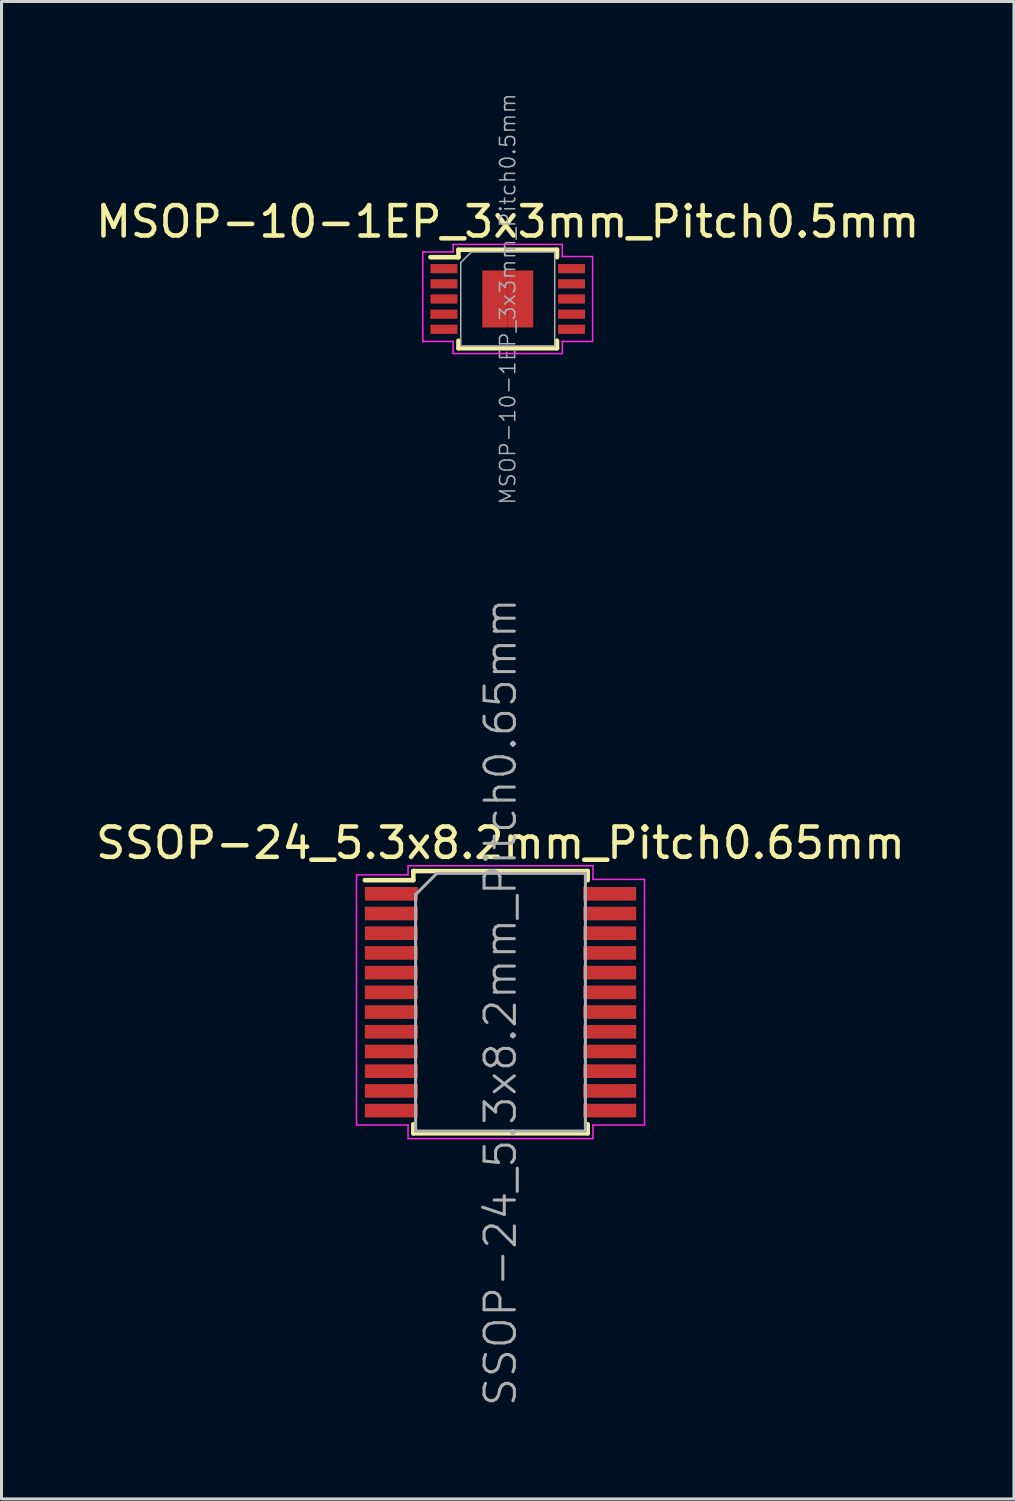
<source format=kicad_pcb>
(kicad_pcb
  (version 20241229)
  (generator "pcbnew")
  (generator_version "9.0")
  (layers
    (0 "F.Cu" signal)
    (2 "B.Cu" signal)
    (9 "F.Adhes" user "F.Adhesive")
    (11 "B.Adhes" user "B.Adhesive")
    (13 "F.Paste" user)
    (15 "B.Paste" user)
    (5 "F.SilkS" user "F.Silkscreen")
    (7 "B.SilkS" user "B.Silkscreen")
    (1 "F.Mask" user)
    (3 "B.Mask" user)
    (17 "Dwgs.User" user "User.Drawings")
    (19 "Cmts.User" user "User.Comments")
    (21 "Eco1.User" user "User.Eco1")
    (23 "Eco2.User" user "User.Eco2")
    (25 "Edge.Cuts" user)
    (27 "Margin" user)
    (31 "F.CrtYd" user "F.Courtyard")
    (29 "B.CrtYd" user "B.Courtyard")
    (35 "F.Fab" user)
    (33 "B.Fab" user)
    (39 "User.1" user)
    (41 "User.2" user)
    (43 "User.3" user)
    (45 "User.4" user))
  (footprint "MSOP-10-1EP_3x3mm_Pitch0.5mm"
    (layer "F.Cu")
    (at 13.696 6.811)
    (property "Reference" "MSOP-10-1EP_3x3mm_Pitch0.5mm" (at 0 -2.55 0) (layer "F.SilkS") (effects (font (size 1 1) (thickness 0.15))))
    (attr smd)
    (fp_line (start -1.625 -1.625) (end -1.625 -1.377) (stroke (width 0.15) (type solid)) (layer "F.SilkS"))
    (fp_line (start -1.625 -1.625) (end 1.625 -1.625) (stroke (width 0.15) (type solid)) (layer "F.SilkS"))
    (fp_line (start -1.625 -1.377) (end -2.55 -1.377) (stroke (width 0.15) (type solid)) (layer "F.SilkS"))
    (fp_line (start -1.625 1.625) (end -1.625 1.377) (stroke (width 0.15) (type solid)) (layer "F.SilkS"))
    (fp_line (start -1.625 1.625) (end 1.625 1.625) (stroke (width 0.15) (type solid)) (layer "F.SilkS"))
    (fp_line (start 1.625 -1.625) (end 1.625 -1.377) (stroke (width 0.15) (type solid)) (layer "F.SilkS"))
    (fp_line (start 1.625 1.625) (end 1.625 1.377) (stroke (width 0.15) (type solid)) (layer "F.SilkS"))
    (fp_line (start -2.8 -1.55) (end -2.8 1.4) (stroke (width 0.05) (type solid)) (layer "F.CrtYd"))
    (fp_line (start -2.8 -1.55) (end -1.8 -1.55) (stroke (width 0.05) (type solid)) (layer "F.CrtYd"))
    (fp_line (start -2.8 1.4) (end -1.8 1.4) (stroke (width 0.05) (type solid)) (layer "F.CrtYd"))
    (fp_line (start -1.8 -1.8) (end -1.8 -1.55) (stroke (width 0.05) (type solid)) (layer "F.CrtYd"))
    (fp_line (start -1.8 1.8) (end -1.8 1.4) (stroke (width 0.05) (type solid)) (layer "F.CrtYd"))
    (fp_line (start 1.8 -1.8) (end -1.8 -1.8) (stroke (width 0.05) (type solid)) (layer "F.CrtYd"))
    (fp_line (start 1.8 -1.8) (end 1.8 -1.4) (stroke (width 0.05) (type solid)) (layer "F.CrtYd"))
    (fp_line (start 1.8 1.8) (end -1.8 1.8) (stroke (width 0.05) (type solid)) (layer "F.CrtYd"))
    (fp_line (start 1.8 1.8) (end 1.8 1.4) (stroke (width 0.05) (type solid)) (layer "F.CrtYd"))
    (fp_line (start 2.8 -1.4) (end 1.8 -1.4) (stroke (width 0.05) (type solid)) (layer "F.CrtYd"))
    (fp_line (start 2.8 -1.4) (end 2.8 1.4) (stroke (width 0.05) (type solid)) (layer "F.CrtYd"))
    (fp_line (start 2.8 1.4) (end 1.8 1.4) (stroke (width 0.05) (type solid)) (layer "F.CrtYd"))
    (fp_line (start -1.55 -1.2) (end -1.2 -1.55) (stroke (width 0.05) (type solid)) (layer "F.Fab"))
    (fp_line (start -1.55 1.55) (end -1.55 -1.2) (stroke (width 0.05) (type solid)) (layer "F.Fab"))
    (fp_line (start 1.55 -1.55) (end -1.2 -1.55) (stroke (width 0.05) (type solid)) (layer "F.Fab"))
    (fp_line (start 1.55 1.55) (end -1.55 1.55) (stroke (width 0.05) (type solid)) (layer "F.Fab"))
    (fp_line (start 1.55 1.55) (end 1.55 -1.55) (stroke (width 0.05) (type solid)) (layer "F.Fab"))
    (fp_text user "${REFERENCE}" (at 0 0 90) (layer "F.Fab") (effects (font (size 0.5 0.5) (thickness 0.05))))
    (pad "1" smd rect (at -2.105 -1) (size 0.89 0.305) (layers "F.Cu" "F.Mask" "F.Paste"))
    (pad "2" smd rect (at -2.105 -0.5) (size 0.89 0.305) (layers "F.Cu" "F.Mask" "F.Paste"))
    (pad "3" smd rect (at -2.105 0) (size 0.89 0.305) (layers "F.Cu" "F.Mask" "F.Paste"))
    (pad "4" smd rect (at -2.105 0.5) (size 0.89 0.305) (layers "F.Cu" "F.Mask" "F.Paste"))
    (pad "5" smd rect (at -2.105 1) (size 0.89 0.305) (layers "F.Cu" "F.Mask" "F.Paste"))
    (pad "6" smd rect (at 2.105 1) (size 0.89 0.305) (layers "F.Cu" "F.Mask" "F.Paste"))
    (pad "7" smd rect (at 2.105 0.5) (size 0.89 0.305) (layers "F.Cu" "F.Mask" "F.Paste"))
    (pad "8" smd rect (at 2.105 0) (size 0.89 0.305) (layers "F.Cu" "F.Mask" "F.Paste"))
    (pad "9" smd rect (at 2.105 -0.5) (size 0.89 0.305) (layers "F.Cu" "F.Mask" "F.Paste"))
    (pad "10" smd rect (at 2.105 -1) (size 0.89 0.305) (layers "F.Cu" "F.Mask" "F.Paste"))
    (pad "11" smd rect (at -0.42 -0.47) (size 0.84 0.94) (layers "F.Cu" "F.Mask" "F.Paste"))
    (pad "11" smd rect (at -0.42 0.47) (size 0.84 0.94) (layers "F.Cu" "F.Mask" "F.Paste"))
    (pad "11" smd rect (at 0.42 -0.47) (size 0.84 0.94) (layers "F.Cu" "F.Mask" "F.Paste"))
    (pad "11" smd rect (at 0.42 0.47) (size 0.84 0.94) (layers "F.Cu" "F.Mask" "F.Paste")))
  (footprint "SSOP-24_5.3x8.2mm_Pitch0.65mm"
    (layer "F.Cu")
    (at 13.458 30.005)
    (property "Reference" "SSOP-24_5.3x8.2mm_Pitch0.65mm" (at 0 -5.25 0) (layer "F.SilkS") (effects (font (size 1 1) (thickness 0.15))))
    (attr smd)
    (fp_line (start -2.875 -4.325) (end -2.875 -4.025) (stroke (width 0.15) (type solid)) (layer "F.SilkS"))
    (fp_line (start -2.875 -4.325) (end 2.875 -4.325) (stroke (width 0.15) (type solid)) (layer "F.SilkS"))
    (fp_line (start -2.875 -4.025) (end -4.475 -4.025) (stroke (width 0.15) (type solid)) (layer "F.SilkS"))
    (fp_line (start -2.875 4.325) (end -2.875 4.025) (stroke (width 0.15) (type solid)) (layer "F.SilkS"))
    (fp_line (start -2.875 4.325) (end 2.875 4.325) (stroke (width 0.15) (type solid)) (layer "F.SilkS"))
    (fp_line (start 2.875 -4.325) (end 2.875 -4.025) (stroke (width 0.15) (type solid)) (layer "F.SilkS"))
    (fp_line (start 2.875 4.325) (end 2.875 4.025) (stroke (width 0.15) (type solid)) (layer "F.SilkS"))
    (fp_line (start -4.75 -4.2) (end -4.75 4.05) (stroke (width 0.05) (type solid)) (layer "F.CrtYd"))
    (fp_line (start -4.75 -4.2) (end -3.05 -4.2) (stroke (width 0.05) (type solid)) (layer "F.CrtYd"))
    (fp_line (start -4.75 4.05) (end -3.05 4.05) (stroke (width 0.05) (type solid)) (layer "F.CrtYd"))
    (fp_line (start -3.05 -4.5) (end -3.05 -4.2) (stroke (width 0.05) (type solid)) (layer "F.CrtYd"))
    (fp_line (start -3.05 4.5) (end -3.05 4.05) (stroke (width 0.05) (type solid)) (layer "F.CrtYd"))
    (fp_line (start 3.05 -4.5) (end -3.05 -4.5) (stroke (width 0.05) (type solid)) (layer "F.CrtYd"))
    (fp_line (start 3.05 -4.5) (end 3.05 -4.05) (stroke (width 0.05) (type solid)) (layer "F.CrtYd"))
    (fp_line (start 3.05 4.5) (end -3.05 4.5) (stroke (width 0.05) (type solid)) (layer "F.CrtYd"))
    (fp_line (start 3.05 4.5) (end 3.05 4.05) (stroke (width 0.05) (type solid)) (layer "F.CrtYd"))
    (fp_line (start 4.75 -4.05) (end 3.05 -4.05) (stroke (width 0.05) (type solid)) (layer "F.CrtYd"))
    (fp_line (start 4.75 -4.05) (end 4.75 4.05) (stroke (width 0.05) (type solid)) (layer "F.CrtYd"))
    (fp_line (start 4.75 4.05) (end 3.05 4.05) (stroke (width 0.05) (type solid)) (layer "F.CrtYd"))
    (fp_line (start -2.8 -3.55) (end -2.1 -4.25) (stroke (width 0.1) (type solid)) (layer "F.Fab"))
    (fp_line (start -2.8 4.25) (end -2.8 -3.55) (stroke (width 0.1) (type solid)) (layer "F.Fab"))
    (fp_line (start 2.8 -4.25) (end -2.1 -4.25) (stroke (width 0.1) (type solid)) (layer "F.Fab"))
    (fp_line (start 2.8 4.25) (end -2.8 4.25) (stroke (width 0.1) (type solid)) (layer "F.Fab"))
    (fp_line (start 2.8 4.25) (end 2.8 -4.25) (stroke (width 0.1) (type solid)) (layer "F.Fab"))
    (fp_text user "${REFERENCE}" (at 0 0 90) (layer "F.Fab") (effects (font (size 1 1) (thickness 0.1))))
    (pad "1" smd rect (at -3.6 -3.575) (size 1.75 0.45) (layers "F.Cu" "F.Mask" "F.Paste"))
    (pad "2" smd rect (at -3.6 -2.925) (size 1.75 0.45) (layers "F.Cu" "F.Mask" "F.Paste"))
    (pad "3" smd rect (at -3.6 -2.275) (size 1.75 0.45) (layers "F.Cu" "F.Mask" "F.Paste"))
    (pad "4" smd rect (at -3.6 -1.625) (size 1.75 0.45) (layers "F.Cu" "F.Mask" "F.Paste"))
    (pad "5" smd rect (at -3.6 -0.975) (size 1.75 0.45) (layers "F.Cu" "F.Mask" "F.Paste"))
    (pad "6" smd rect (at -3.6 -0.325) (size 1.75 0.45) (layers "F.Cu" "F.Mask" "F.Paste"))
    (pad "7" smd rect (at -3.6 0.325) (size 1.75 0.45) (layers "F.Cu" "F.Mask" "F.Paste"))
    (pad "8" smd rect (at -3.6 0.975) (size 1.75 0.45) (layers "F.Cu" "F.Mask" "F.Paste"))
    (pad "9" smd rect (at -3.6 1.625) (size 1.75 0.45) (layers "F.Cu" "F.Mask" "F.Paste"))
    (pad "10" smd rect (at -3.6 2.275) (size 1.75 0.45) (layers "F.Cu" "F.Mask" "F.Paste"))
    (pad "11" smd rect (at -3.6 2.925) (size 1.75 0.45) (layers "F.Cu" "F.Mask" "F.Paste"))
    (pad "12" smd rect (at -3.6 3.575) (size 1.75 0.45) (layers "F.Cu" "F.Mask" "F.Paste"))
    (pad "13" smd rect (at 3.6 3.575) (size 1.75 0.45) (layers "F.Cu" "F.Mask" "F.Paste"))
    (pad "14" smd rect (at 3.6 2.925) (size 1.75 0.45) (layers "F.Cu" "F.Mask" "F.Paste"))
    (pad "15" smd rect (at 3.6 2.275) (size 1.75 0.45) (layers "F.Cu" "F.Mask" "F.Paste"))
    (pad "16" smd rect (at 3.6 1.625) (size 1.75 0.45) (layers "F.Cu" "F.Mask" "F.Paste"))
    (pad "17" smd rect (at 3.6 0.975) (size 1.75 0.45) (layers "F.Cu" "F.Mask" "F.Paste"))
    (pad "18" smd rect (at 3.6 0.325) (size 1.75 0.45) (layers "F.Cu" "F.Mask" "F.Paste"))
    (pad "19" smd rect (at 3.6 -0.325) (size 1.75 0.45) (layers "F.Cu" "F.Mask" "F.Paste"))
    (pad "20" smd rect (at 3.6 -0.975) (size 1.75 0.45) (layers "F.Cu" "F.Mask" "F.Paste"))
    (pad "21" smd rect (at 3.6 -1.625) (size 1.75 0.45) (layers "F.Cu" "F.Mask" "F.Paste"))
    (pad "22" smd rect (at 3.6 -2.275) (size 1.75 0.45) (layers "F.Cu" "F.Mask" "F.Paste"))
    (pad "23" smd rect (at 3.6 -2.925) (size 1.75 0.45) (layers "F.Cu" "F.Mask" "F.Paste"))
    (pad "24" smd rect (at 3.6 -3.575) (size 1.75 0.45) (layers "F.Cu" "F.Mask" "F.Paste")))
  (gr_rect
    (start -3 -3)
    (end 30.393 46.388)
    (stroke (width 0.1) (type default))
    (fill no)
    (layer "Edge.Cuts")))
</source>
